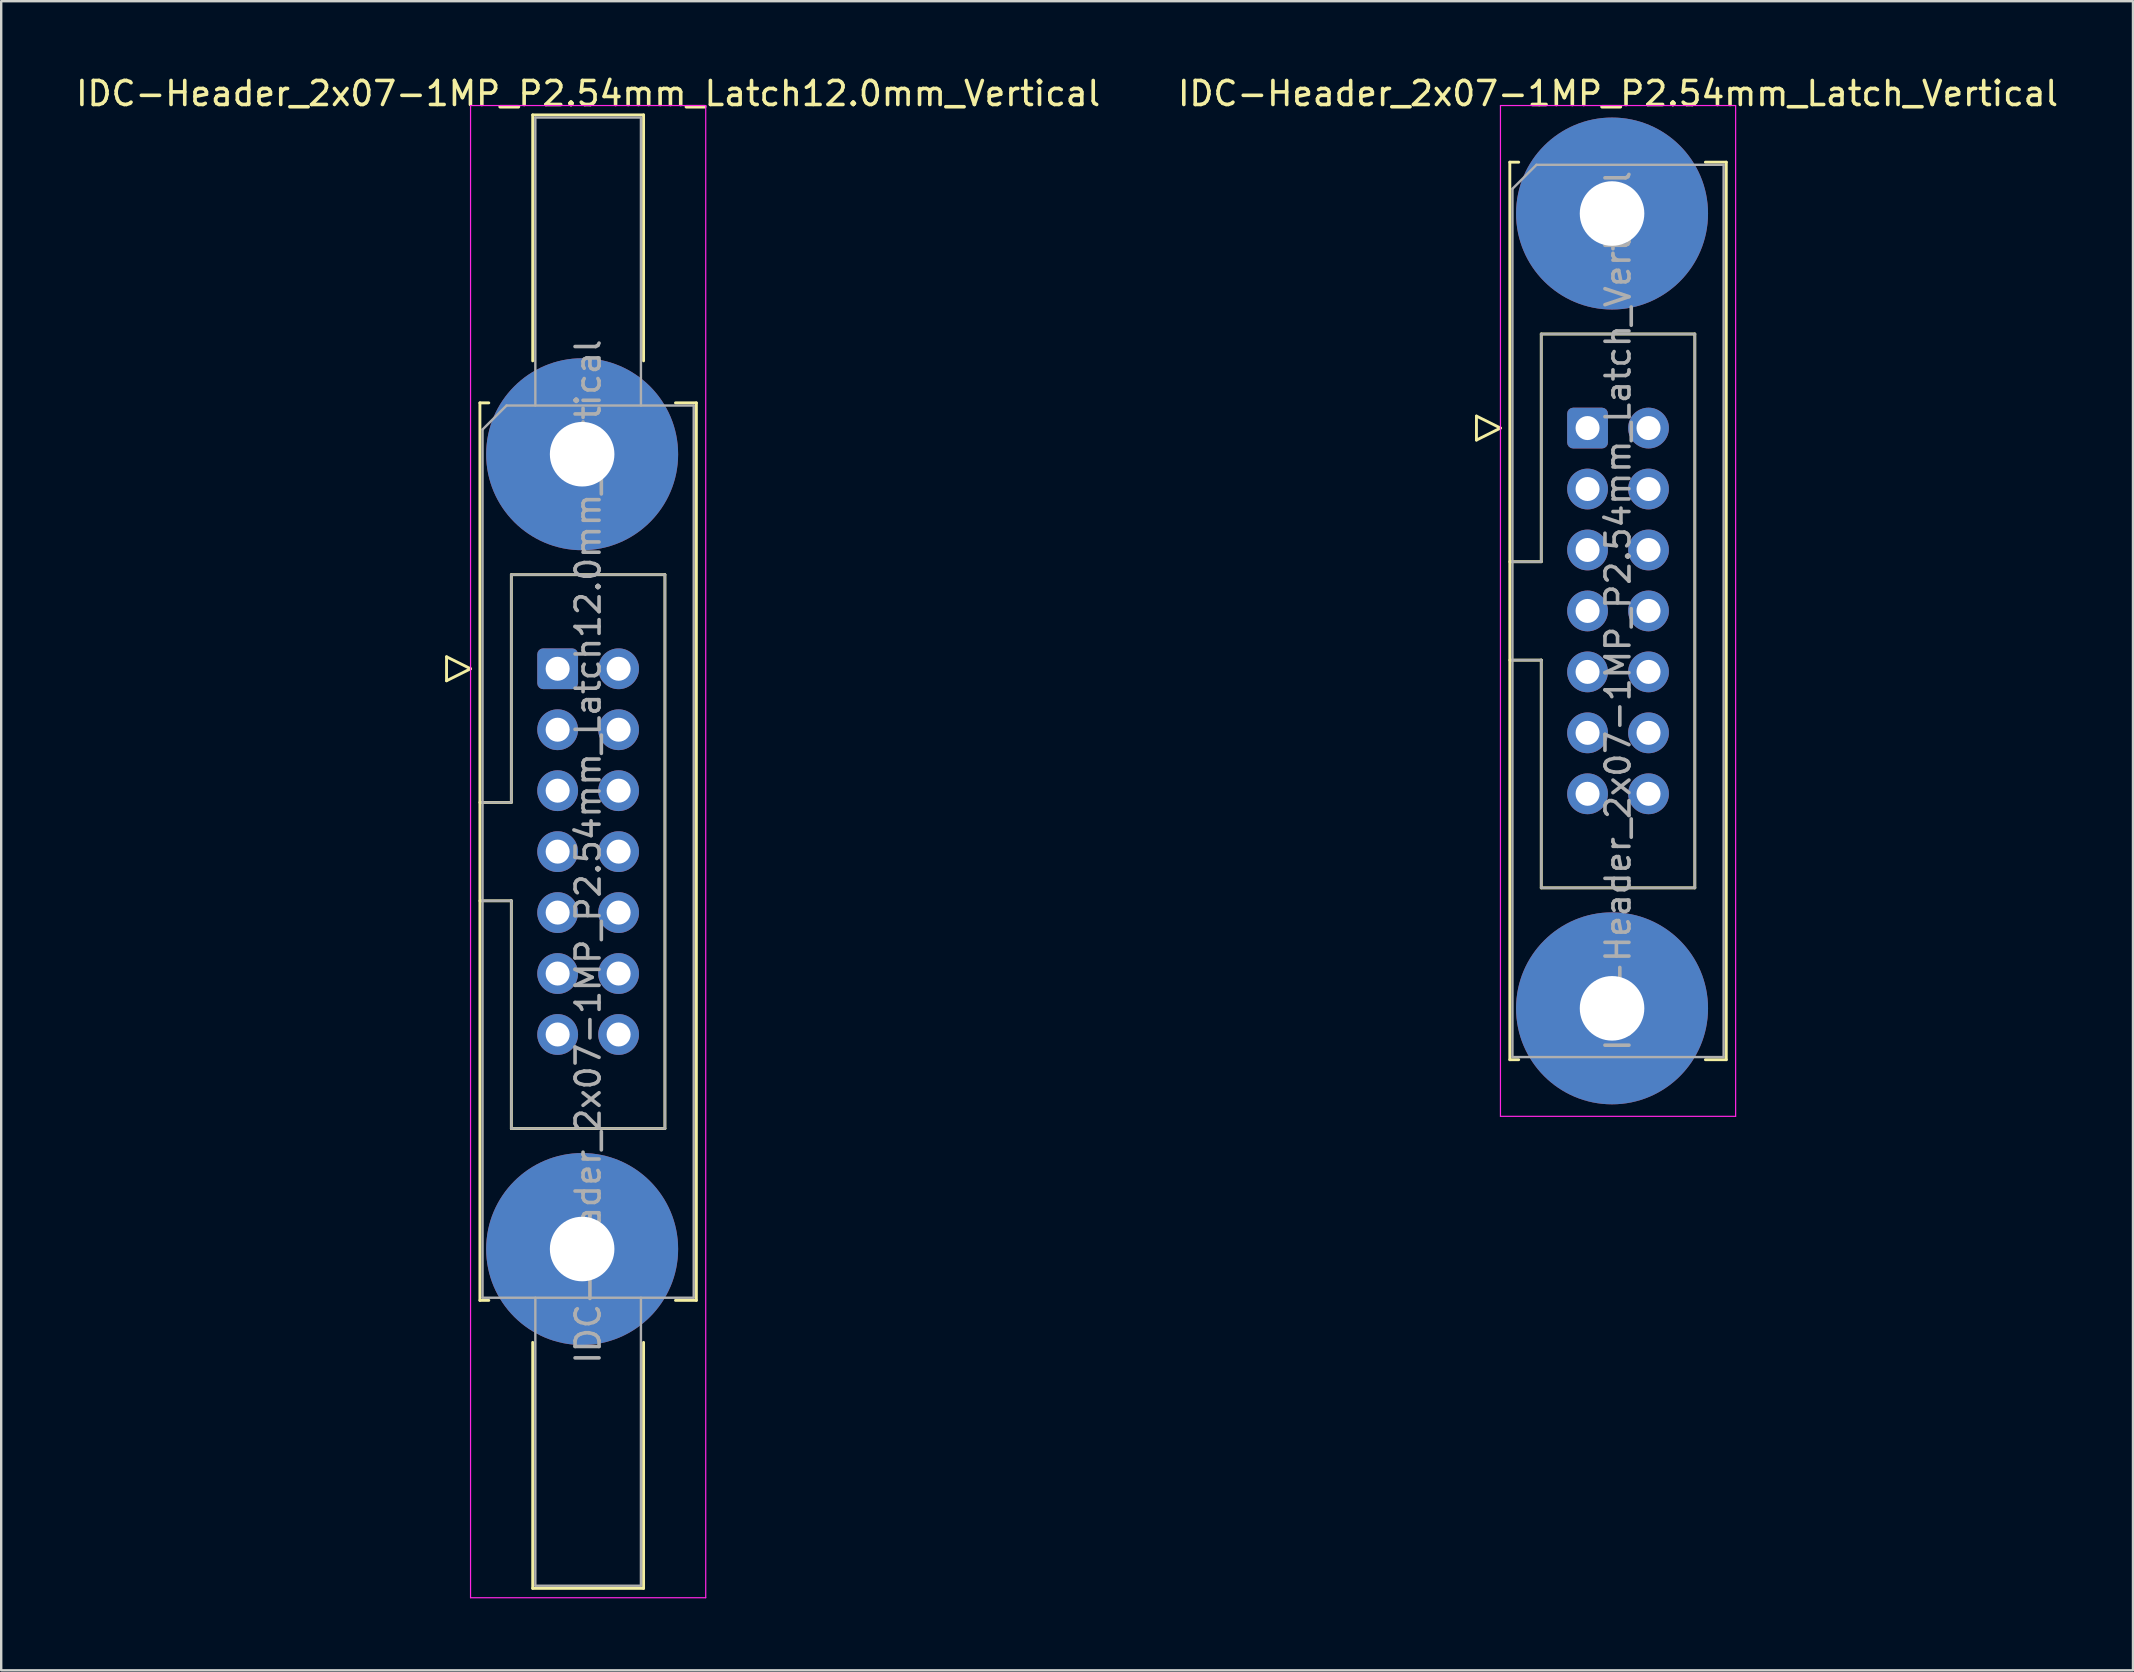
<source format=kicad_pcb>
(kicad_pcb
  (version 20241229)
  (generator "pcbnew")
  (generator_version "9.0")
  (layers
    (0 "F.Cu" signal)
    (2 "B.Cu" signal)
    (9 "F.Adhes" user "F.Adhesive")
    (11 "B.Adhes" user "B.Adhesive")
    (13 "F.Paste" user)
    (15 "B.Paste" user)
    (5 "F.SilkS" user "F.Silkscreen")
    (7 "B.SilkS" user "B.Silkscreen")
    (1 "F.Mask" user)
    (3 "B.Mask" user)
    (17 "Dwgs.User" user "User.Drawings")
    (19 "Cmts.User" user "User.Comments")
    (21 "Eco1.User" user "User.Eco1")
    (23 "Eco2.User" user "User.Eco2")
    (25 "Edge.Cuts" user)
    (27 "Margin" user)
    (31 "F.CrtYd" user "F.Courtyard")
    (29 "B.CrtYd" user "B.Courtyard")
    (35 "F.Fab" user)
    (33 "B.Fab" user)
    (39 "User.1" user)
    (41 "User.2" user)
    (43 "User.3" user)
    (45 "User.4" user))
  (footprint "IDC-Header_2x07-1MP_P2.54mm_Latch12.0mm_Vertical"
    (layer "F.Cu")
    (at 20.188 24.818)
    (property "Reference" "IDC-Header_2x07-1MP_P2.54mm_Latch12.0mm_Vertical" (at 1.27 -23.97 0) (layer "F.SilkS") (effects (font (size 1 1) (thickness 0.15))))
    (attr through_hole)
    (fp_line (start -4.63 -0.5) (end -4.63 0.5) (stroke (width 0.12) (type solid)) (layer "F.SilkS"))
    (fp_line (start -4.63 0.5) (end -3.63 0) (stroke (width 0.12) (type solid)) (layer "F.SilkS"))
    (fp_line (start -3.63 0) (end -4.63 -0.5) (stroke (width 0.12) (type solid)) (layer "F.SilkS"))
    (fp_line (start -3.24 -11.08) (end -3.24 26.32) (stroke (width 0.12) (type solid)) (layer "F.SilkS"))
    (fp_line (start -3.24 5.57) (end -1.93 5.57) (stroke (width 0.12) (type solid)) (layer "F.SilkS"))
    (fp_line (start -3.24 26.32) (end -2.87 26.32) (stroke (width 0.12) (type solid)) (layer "F.SilkS"))
    (fp_line (start -2.87 -11.08) (end -3.24 -11.08) (stroke (width 0.12) (type solid)) (layer "F.SilkS"))
    (fp_line (start -1.93 -3.92) (end 4.47 -3.92) (stroke (width 0.12) (type solid)) (layer "F.SilkS"))
    (fp_line (start -1.93 5.57) (end -1.93 -3.92) (stroke (width 0.12) (type solid)) (layer "F.SilkS"))
    (fp_line (start -1.93 9.67) (end -3.24 9.67) (stroke (width 0.12) (type solid)) (layer "F.SilkS"))
    (fp_line (start -1.93 9.67) (end -1.93 9.67) (stroke (width 0.12) (type solid)) (layer "F.SilkS"))
    (fp_line (start -1.93 19.16) (end -1.93 9.67) (stroke (width 0.12) (type solid)) (layer "F.SilkS"))
    (fp_line (start -1.04 -23.08) (end 3.58 -23.08) (stroke (width 0.12) (type solid)) (layer "F.SilkS"))
    (fp_line (start -1.04 -12.83) (end -1.04 -23.08) (stroke (width 0.12) (type solid)) (layer "F.SilkS"))
    (fp_line (start -1.04 28.07) (end -1.04 38.32) (stroke (width 0.12) (type solid)) (layer "F.SilkS"))
    (fp_line (start -1.04 38.32) (end 3.58 38.32) (stroke (width 0.12) (type solid)) (layer "F.SilkS"))
    (fp_line (start 3.58 -23.08) (end 3.58 -12.83) (stroke (width 0.12) (type solid)) (layer "F.SilkS"))
    (fp_line (start 3.58 38.32) (end 3.58 28.07) (stroke (width 0.12) (type solid)) (layer "F.SilkS"))
    (fp_line (start 4.47 -3.92) (end 4.47 19.16) (stroke (width 0.12) (type solid)) (layer "F.SilkS"))
    (fp_line (start 4.47 19.16) (end -1.93 19.16) (stroke (width 0.12) (type solid)) (layer "F.SilkS"))
    (fp_line (start 4.91 -11.08) (end 5.78 -11.08) (stroke (width 0.12) (type solid)) (layer "F.SilkS"))
    (fp_line (start 5.78 -11.08) (end 5.78 26.32) (stroke (width 0.12) (type solid)) (layer "F.SilkS"))
    (fp_line (start 5.78 26.32) (end 4.91 26.32) (stroke (width 0.12) (type solid)) (layer "F.SilkS"))
    (fp_line (start -3.63 -23.47) (end -3.63 38.71) (stroke (width 0.05) (type solid)) (layer "F.CrtYd"))
    (fp_line (start -3.63 38.71) (end 6.17 38.71) (stroke (width 0.05) (type solid)) (layer "F.CrtYd"))
    (fp_line (start 6.17 -23.47) (end -3.63 -23.47) (stroke (width 0.05) (type solid)) (layer "F.CrtYd"))
    (fp_line (start 6.17 38.71) (end 6.17 -23.47) (stroke (width 0.05) (type solid)) (layer "F.CrtYd"))
    (fp_line (start -3.13 -9.97) (end -2.13 -10.97) (stroke (width 0.1) (type solid)) (layer "F.Fab"))
    (fp_line (start -3.13 5.57) (end -1.93 5.57) (stroke (width 0.1) (type solid)) (layer "F.Fab"))
    (fp_line (start -3.13 26.21) (end -3.13 -9.97) (stroke (width 0.1) (type solid)) (layer "F.Fab"))
    (fp_line (start -2.13 -10.97) (end 5.67 -10.97) (stroke (width 0.1) (type solid)) (layer "F.Fab"))
    (fp_line (start -1.93 -3.92) (end 4.47 -3.92) (stroke (width 0.1) (type solid)) (layer "F.Fab"))
    (fp_line (start -1.93 5.57) (end -1.93 -3.92) (stroke (width 0.1) (type solid)) (layer "F.Fab"))
    (fp_line (start -1.93 9.67) (end -3.13 9.67) (stroke (width 0.1) (type solid)) (layer "F.Fab"))
    (fp_line (start -1.93 9.67) (end -1.93 9.67) (stroke (width 0.1) (type solid)) (layer "F.Fab"))
    (fp_line (start -1.93 19.16) (end -1.93 9.67) (stroke (width 0.1) (type solid)) (layer "F.Fab"))
    (fp_line (start -0.93 -22.97) (end 3.47 -22.97) (stroke (width 0.1) (type solid)) (layer "F.Fab"))
    (fp_line (start -0.93 -10.97) (end -0.93 -22.97) (stroke (width 0.1) (type solid)) (layer "F.Fab"))
    (fp_line (start -0.93 26.21) (end -0.93 38.21) (stroke (width 0.1) (type solid)) (layer "F.Fab"))
    (fp_line (start -0.93 38.21) (end 3.47 38.21) (stroke (width 0.1) (type solid)) (layer "F.Fab"))
    (fp_line (start 3.47 -22.97) (end 3.47 -10.97) (stroke (width 0.1) (type solid)) (layer "F.Fab"))
    (fp_line (start 3.47 38.21) (end 3.47 26.21) (stroke (width 0.1) (type solid)) (layer "F.Fab"))
    (fp_line (start 4.47 -3.92) (end 4.47 19.16) (stroke (width 0.1) (type solid)) (layer "F.Fab"))
    (fp_line (start 4.47 19.16) (end -1.93 19.16) (stroke (width 0.1) (type solid)) (layer "F.Fab"))
    (fp_line (start 5.67 -10.97) (end 5.67 26.21) (stroke (width 0.1) (type solid)) (layer "F.Fab"))
    (fp_line (start 5.67 26.21) (end -3.13 26.21) (stroke (width 0.1) (type solid)) (layer "F.Fab"))
    (fp_text user "${REFERENCE}" (at 1.27 7.62 90) (layer "F.Fab") (effects (font (size 1 1) (thickness 0.15))))
    (pad "1" thru_hole roundrect (at 0 0) (size 1.7 1.7) (drill 1) (layers "*.Cu" "*.Mask") (roundrect_rratio 0.147))
    (pad "2" thru_hole circle (at 2.54 0) (size 1.7 1.7) (drill 1) (layers "*.Cu" "*.Mask"))
    (pad "3" thru_hole circle (at 0 2.54) (size 1.7 1.7) (drill 1) (layers "*.Cu" "*.Mask"))
    (pad "4" thru_hole circle (at 2.54 2.54) (size 1.7 1.7) (drill 1) (layers "*.Cu" "*.Mask"))
    (pad "5" thru_hole circle (at 0 5.08) (size 1.7 1.7) (drill 1) (layers "*.Cu" "*.Mask"))
    (pad "6" thru_hole circle (at 2.54 5.08) (size 1.7 1.7) (drill 1) (layers "*.Cu" "*.Mask"))
    (pad "7" thru_hole circle (at 0 7.62) (size 1.7 1.7) (drill 1) (layers "*.Cu" "*.Mask"))
    (pad "8" thru_hole circle (at 2.54 7.62) (size 1.7 1.7) (drill 1) (layers "*.Cu" "*.Mask"))
    (pad "9" thru_hole circle (at 0 10.16) (size 1.7 1.7) (drill 1) (layers "*.Cu" "*.Mask"))
    (pad "10" thru_hole circle (at 2.54 10.16) (size 1.7 1.7) (drill 1) (layers "*.Cu" "*.Mask"))
    (pad "11" thru_hole circle (at 0 12.7) (size 1.7 1.7) (drill 1) (layers "*.Cu" "*.Mask"))
    (pad "12" thru_hole circle (at 2.54 12.7) (size 1.7 1.7) (drill 1) (layers "*.Cu" "*.Mask"))
    (pad "13" thru_hole circle (at 0 15.24) (size 1.7 1.7) (drill 1) (layers "*.Cu" "*.Mask"))
    (pad "14" thru_hole circle (at 2.54 15.24) (size 1.7 1.7) (drill 1) (layers "*.Cu" "*.Mask"))
    (pad "MP" thru_hole circle (at 1.02 -8.94) (size 8 8) (drill 2.69) (layers "*.Cu" "*.Mask"))
    (pad "MP" thru_hole circle (at 1.02 24.18) (size 8 8) (drill 2.69) (layers "*.Cu" "*.Mask")))
  (footprint "IDC-Header_2x07-1MP_P2.54mm_Latch_Vertical"
    (layer "F.Cu")
    (at 63.105 14.788)
    (property "Reference" "IDC-Header_2x07-1MP_P2.54mm_Latch_Vertical" (at 1.27 -13.94 0) (layer "F.SilkS") (effects (font (size 1 1) (thickness 0.15))))
    (attr through_hole)
    (fp_line (start -4.63 -0.5) (end -4.63 0.5) (stroke (width 0.12) (type solid)) (layer "F.SilkS"))
    (fp_line (start -4.63 0.5) (end -3.63 0) (stroke (width 0.12) (type solid)) (layer "F.SilkS"))
    (fp_line (start -3.63 0) (end -4.63 -0.5) (stroke (width 0.12) (type solid)) (layer "F.SilkS"))
    (fp_line (start -3.24 -11.08) (end -3.24 26.32) (stroke (width 0.12) (type solid)) (layer "F.SilkS"))
    (fp_line (start -3.24 5.57) (end -1.93 5.57) (stroke (width 0.12) (type solid)) (layer "F.SilkS"))
    (fp_line (start -3.24 26.32) (end -2.87 26.32) (stroke (width 0.12) (type solid)) (layer "F.SilkS"))
    (fp_line (start -2.87 -11.08) (end -3.24 -11.08) (stroke (width 0.12) (type solid)) (layer "F.SilkS"))
    (fp_line (start -1.93 -3.92) (end 4.47 -3.92) (stroke (width 0.12) (type solid)) (layer "F.SilkS"))
    (fp_line (start -1.93 5.57) (end -1.93 -3.92) (stroke (width 0.12) (type solid)) (layer "F.SilkS"))
    (fp_line (start -1.93 9.67) (end -3.24 9.67) (stroke (width 0.12) (type solid)) (layer "F.SilkS"))
    (fp_line (start -1.93 9.67) (end -1.93 9.67) (stroke (width 0.12) (type solid)) (layer "F.SilkS"))
    (fp_line (start -1.93 19.16) (end -1.93 9.67) (stroke (width 0.12) (type solid)) (layer "F.SilkS"))
    (fp_line (start 4.47 -3.92) (end 4.47 19.16) (stroke (width 0.12) (type solid)) (layer "F.SilkS"))
    (fp_line (start 4.47 19.16) (end -1.93 19.16) (stroke (width 0.12) (type solid)) (layer "F.SilkS"))
    (fp_line (start 4.91 -11.08) (end 5.78 -11.08) (stroke (width 0.12) (type solid)) (layer "F.SilkS"))
    (fp_line (start 5.78 -11.08) (end 5.78 26.32) (stroke (width 0.12) (type solid)) (layer "F.SilkS"))
    (fp_line (start 5.78 26.32) (end 4.91 26.32) (stroke (width 0.12) (type solid)) (layer "F.SilkS"))
    (fp_line (start -3.63 -13.44) (end -3.63 28.68) (stroke (width 0.05) (type solid)) (layer "F.CrtYd"))
    (fp_line (start -3.63 28.68) (end 6.17 28.68) (stroke (width 0.05) (type solid)) (layer "F.CrtYd"))
    (fp_line (start 6.17 -13.44) (end -3.63 -13.44) (stroke (width 0.05) (type solid)) (layer "F.CrtYd"))
    (fp_line (start 6.17 28.68) (end 6.17 -13.44) (stroke (width 0.05) (type solid)) (layer "F.CrtYd"))
    (fp_line (start -3.13 -9.97) (end -2.13 -10.97) (stroke (width 0.1) (type solid)) (layer "F.Fab"))
    (fp_line (start -3.13 5.57) (end -1.93 5.57) (stroke (width 0.1) (type solid)) (layer "F.Fab"))
    (fp_line (start -3.13 26.21) (end -3.13 -9.97) (stroke (width 0.1) (type solid)) (layer "F.Fab"))
    (fp_line (start -2.13 -10.97) (end 5.67 -10.97) (stroke (width 0.1) (type solid)) (layer "F.Fab"))
    (fp_line (start -1.93 -3.92) (end 4.47 -3.92) (stroke (width 0.1) (type solid)) (layer "F.Fab"))
    (fp_line (start -1.93 5.57) (end -1.93 -3.92) (stroke (width 0.1) (type solid)) (layer "F.Fab"))
    (fp_line (start -1.93 9.67) (end -3.13 9.67) (stroke (width 0.1) (type solid)) (layer "F.Fab"))
    (fp_line (start -1.93 9.67) (end -1.93 9.67) (stroke (width 0.1) (type solid)) (layer "F.Fab"))
    (fp_line (start -1.93 19.16) (end -1.93 9.67) (stroke (width 0.1) (type solid)) (layer "F.Fab"))
    (fp_line (start 4.47 -3.92) (end 4.47 19.16) (stroke (width 0.1) (type solid)) (layer "F.Fab"))
    (fp_line (start 4.47 19.16) (end -1.93 19.16) (stroke (width 0.1) (type solid)) (layer "F.Fab"))
    (fp_line (start 5.67 -10.97) (end 5.67 26.21) (stroke (width 0.1) (type solid)) (layer "F.Fab"))
    (fp_line (start 5.67 26.21) (end -3.13 26.21) (stroke (width 0.1) (type solid)) (layer "F.Fab"))
    (fp_text user "${REFERENCE}" (at 1.27 7.62 90) (layer "F.Fab") (effects (font (size 1 1) (thickness 0.15))))
    (pad "1" thru_hole roundrect (at 0 0) (size 1.7 1.7) (drill 1) (layers "*.Cu" "*.Mask") (roundrect_rratio 0.147))
    (pad "2" thru_hole circle (at 2.54 0) (size 1.7 1.7) (drill 1) (layers "*.Cu" "*.Mask"))
    (pad "3" thru_hole circle (at 0 2.54) (size 1.7 1.7) (drill 1) (layers "*.Cu" "*.Mask"))
    (pad "4" thru_hole circle (at 2.54 2.54) (size 1.7 1.7) (drill 1) (layers "*.Cu" "*.Mask"))
    (pad "5" thru_hole circle (at 0 5.08) (size 1.7 1.7) (drill 1) (layers "*.Cu" "*.Mask"))
    (pad "6" thru_hole circle (at 2.54 5.08) (size 1.7 1.7) (drill 1) (layers "*.Cu" "*.Mask"))
    (pad "7" thru_hole circle (at 0 7.62) (size 1.7 1.7) (drill 1) (layers "*.Cu" "*.Mask"))
    (pad "8" thru_hole circle (at 2.54 7.62) (size 1.7 1.7) (drill 1) (layers "*.Cu" "*.Mask"))
    (pad "9" thru_hole circle (at 0 10.16) (size 1.7 1.7) (drill 1) (layers "*.Cu" "*.Mask"))
    (pad "10" thru_hole circle (at 2.54 10.16) (size 1.7 1.7) (drill 1) (layers "*.Cu" "*.Mask"))
    (pad "11" thru_hole circle (at 0 12.7) (size 1.7 1.7) (drill 1) (layers "*.Cu" "*.Mask"))
    (pad "12" thru_hole circle (at 2.54 12.7) (size 1.7 1.7) (drill 1) (layers "*.Cu" "*.Mask"))
    (pad "13" thru_hole circle (at 0 15.24) (size 1.7 1.7) (drill 1) (layers "*.Cu" "*.Mask"))
    (pad "14" thru_hole circle (at 2.54 15.24) (size 1.7 1.7) (drill 1) (layers "*.Cu" "*.Mask"))
    (pad "MP" thru_hole circle (at 1.02 -8.94) (size 8 8) (drill 2.69) (layers "*.Cu" "*.Mask"))
    (pad "MP" thru_hole circle (at 1.02 24.18) (size 8 8) (drill 2.69) (layers "*.Cu" "*.Mask")))
  (gr_rect
    (start -3 -3)
    (end 85.833 66.553)
    (stroke (width 0.1) (type default))
    (fill no)
    (layer "Edge.Cuts")))
</source>
